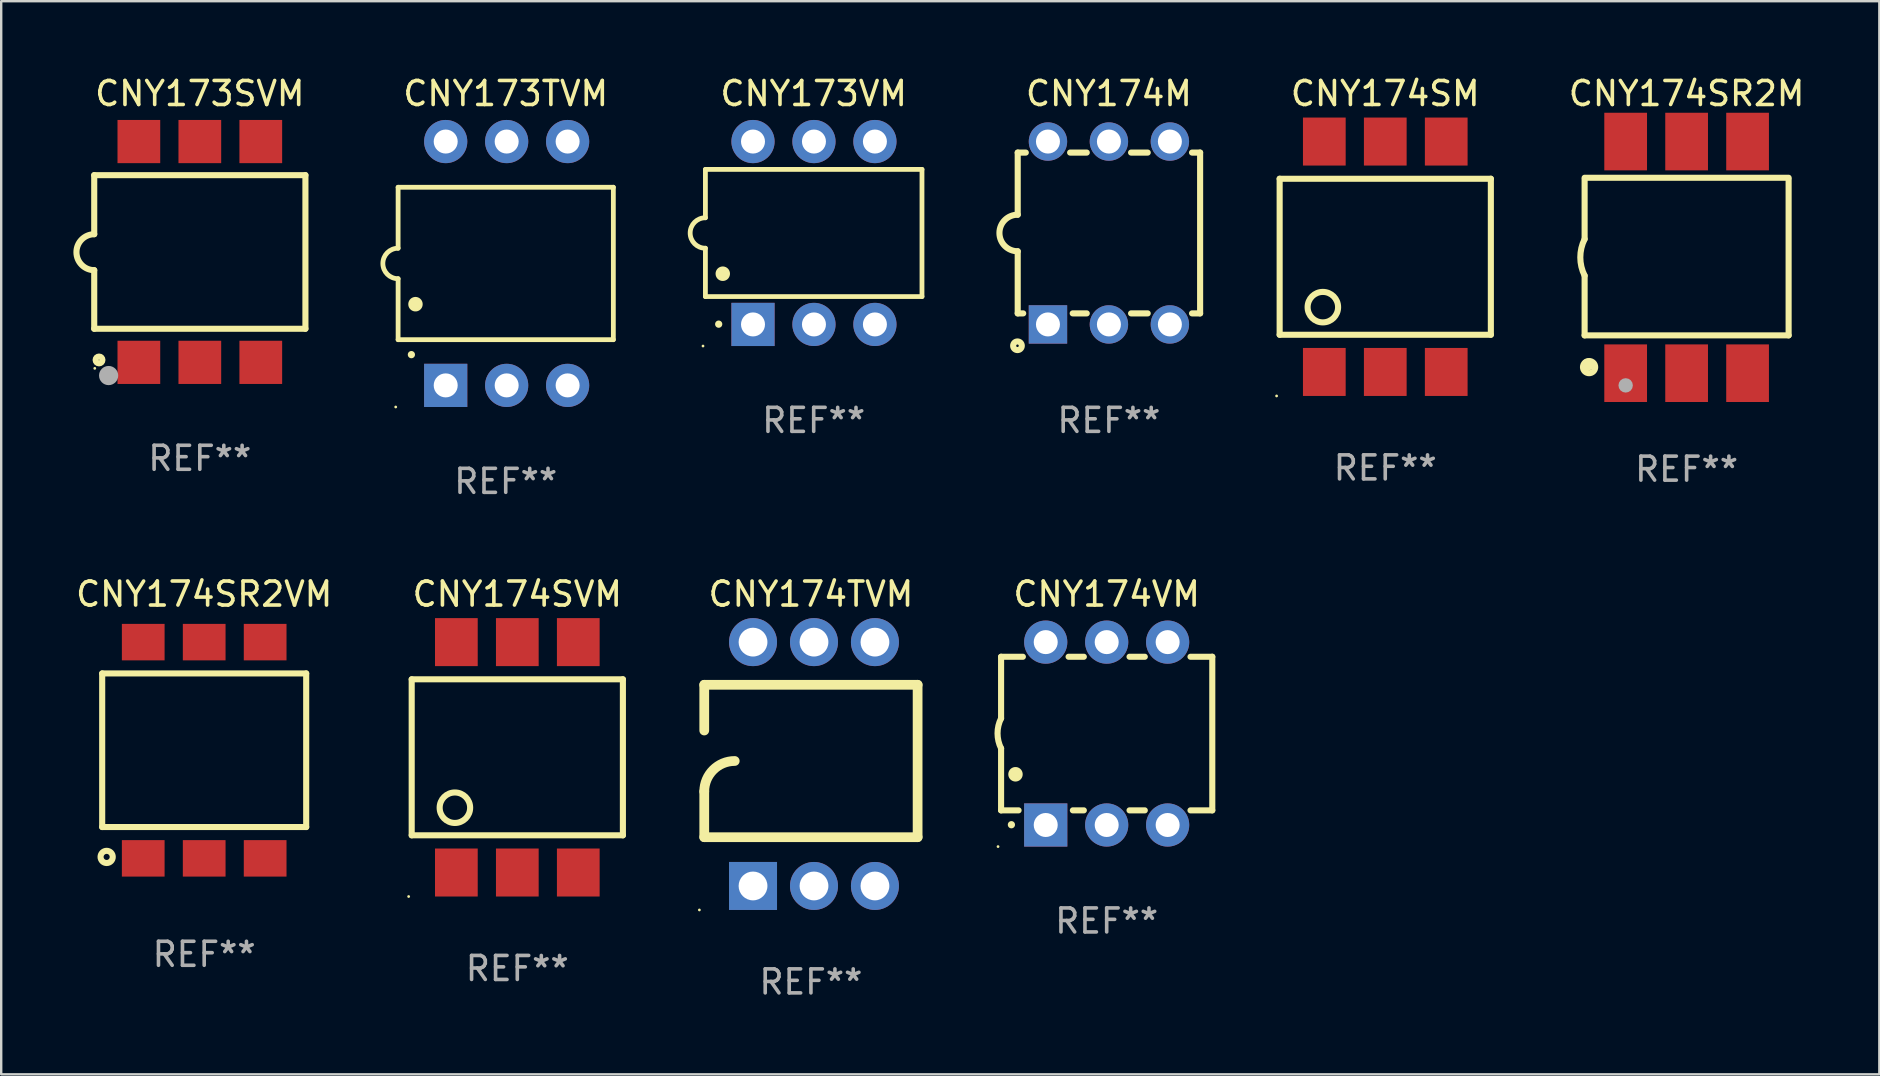
<source format=kicad_pcb>
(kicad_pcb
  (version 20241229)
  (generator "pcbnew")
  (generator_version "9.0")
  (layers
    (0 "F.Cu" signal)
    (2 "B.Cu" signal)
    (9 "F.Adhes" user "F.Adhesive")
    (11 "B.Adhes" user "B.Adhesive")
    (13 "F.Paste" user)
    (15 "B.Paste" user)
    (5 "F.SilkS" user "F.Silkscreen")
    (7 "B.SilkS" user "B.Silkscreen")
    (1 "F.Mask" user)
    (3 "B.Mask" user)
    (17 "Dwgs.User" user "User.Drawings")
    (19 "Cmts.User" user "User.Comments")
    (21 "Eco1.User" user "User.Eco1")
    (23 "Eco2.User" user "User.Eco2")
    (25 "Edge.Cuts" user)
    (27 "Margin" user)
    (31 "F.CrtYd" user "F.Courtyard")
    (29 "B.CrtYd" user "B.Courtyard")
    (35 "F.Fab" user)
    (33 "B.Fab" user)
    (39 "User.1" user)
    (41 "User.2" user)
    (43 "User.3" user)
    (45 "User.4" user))
  (footprint "CNY174SM"
    (layer "F.Cu")
    (at 54.669 7.648)
    (property "Reference" "CNY174SM" (at 0 -6.8 0) (layer "F.SilkS") (effects (font (size 1 1) (thickness 0.15))))
    (attr through_hole)
    (fp_line (start -4.4 -3.25) (end -4.4 3.25) (stroke (width 0.254) (type solid)) (layer "F.SilkS"))
    (fp_line (start -4.4 -3.25) (end 4.4 -3.25) (stroke (width 0.254) (type solid)) (layer "F.SilkS"))
    (fp_line (start 4.4 3.25) (end -4.4 3.25) (stroke (width 0.254) (type solid)) (layer "F.SilkS"))
    (fp_line (start 4.4 3.25) (end 4.4 -3.25) (stroke (width 0.254) (type solid)) (layer "F.SilkS"))
    (fp_circle (center -4.527 5.8) (end -4.497 5.8) (stroke (width 0.06) (type solid)) (fill no) (layer "F.SilkS"))
    (fp_circle (center -2.6 2.1) (end -1.965 2.1) (stroke (width 0.254) (type solid)) (fill no) (layer "F.SilkS"))
    (fp_text user "REF**" (at 0 8.8 0) (layer "F.Fab") (effects (font (size 1 1) (thickness 0.15))))
    (pad "1" smd rect (at -2.539 4.8) (size 1.78 2) (layers "F.Cu" "F.Mask" "F.Paste"))
    (pad "2" smd rect (at 0.001 4.8) (size 1.78 2) (layers "F.Cu" "F.Mask" "F.Paste"))
    (pad "3" smd rect (at 2.541 4.8) (size 1.78 2) (layers "F.Cu" "F.Mask" "F.Paste"))
    (pad "4" smd rect (at 2.541 -4.8) (size 1.78 2) (layers "F.Cu" "F.Mask" "F.Paste"))
    (pad "5" smd rect (at 0.001 -4.8) (size 1.78 2) (layers "F.Cu" "F.Mask" "F.Paste"))
    (pad "6" smd rect (at -2.539 -4.8) (size 1.78 2) (layers "F.Cu" "F.Mask" "F.Paste")))
  (footprint "CNY173SVM"
    (layer "F.Cu")
    (at 5.276 7.448)
    (property "Reference" "CNY173SVM" (at 0 -6.6 0) (layer "F.SilkS") (effects (font (size 1 1) (thickness 0.15))))
    (attr through_hole)
    (fp_line (start -4.4 -3.2) (end 4.4 -3.2) (stroke (width 0.254) (type solid)) (layer "F.SilkS"))
    (fp_line (start -4.4 -0.74) (end -4.4 -3.2) (stroke (width 0.254) (type solid)) (layer "F.SilkS"))
    (fp_line (start -4.4 3.2) (end -4.4 0.76) (stroke (width 0.254) (type solid)) (layer "F.SilkS"))
    (fp_line (start 4.4 -3.2) (end 4.4 3.2) (stroke (width 0.254) (type solid)) (layer "F.SilkS"))
    (fp_line (start 4.4 3.2) (end -4.4 3.2) (stroke (width 0.254) (type solid)) (layer "F.SilkS"))
    (fp_arc (start -4.4 0.76002) (mid -5.148869 0.010084) (end -4.399289 -0.73914) (stroke (width 0.254001) (type solid)) (layer "F.SilkS"))
    (fp_circle (center -4.377 4.85) (end -4.347 4.85) (stroke (width 0.06) (type solid)) (fill no) (layer "F.SilkS"))
    (fp_circle (center -4.2 4.5) (end -4.058 4.5) (stroke (width 0.254) (type solid)) (fill no) (layer "F.SilkS"))
    (fp_circle (center -3.8 5.15) (end -3.6 5.15) (stroke (width 0.4) (type solid)) (fill no) (layer "F.Fab"))
    (fp_text user "REF**" (at 0 8.6 0) (layer "F.Fab") (effects (font (size 1 1) (thickness 0.15))))
    (pad "1" smd rect (at -2.54 4.6) (size 1.78 1.8) (layers "F.Cu" "F.Mask" "F.Paste"))
    (pad "2" smd rect (at 0 4.6) (size 1.78 1.8) (layers "F.Cu" "F.Mask" "F.Paste"))
    (pad "3" smd rect (at 2.54 4.6) (size 1.78 1.8) (layers "F.Cu" "F.Mask" "F.Paste"))
    (pad "4" smd rect (at 2.54 -4.6) (size 1.78 1.8) (layers "F.Cu" "F.Mask" "F.Paste"))
    (pad "5" smd rect (at 0 -4.6) (size 1.78 1.8) (layers "F.Cu" "F.Mask" "F.Paste"))
    (pad "6" smd rect (at -2.54 -4.6) (size 1.78 1.8) (layers "F.Cu" "F.Mask" "F.Paste")))
  (footprint "CNY174M"
    (layer "F.Cu")
    (at 43.155 6.658)
    (property "Reference" "CNY174M" (at 0 -5.81 0) (layer "F.SilkS") (effects (font (size 1 1) (thickness 0.15))))
    (attr through_hole)
    (fp_line (start -3.8 3.35) (end -3.8 0.762) (stroke (width 0.254) (type solid)) (layer "F.SilkS"))
    (fp_line (start -3.8 3.35) (end -3.571 3.35) (stroke (width 0.254) (type solid)) (layer "F.SilkS"))
    (fp_line (start -3.8 -3.35) (end -3.8 -0.762) (stroke (width 0.254) (type solid)) (layer "F.SilkS"))
    (fp_line (start -3.8 -3.35) (end -3.463 -3.35) (stroke (width 0.254) (type solid)) (layer "F.SilkS"))
    (fp_line (start -1.617 -3.35) (end -0.923 -3.35) (stroke (width 0.254) (type solid)) (layer "F.SilkS"))
    (fp_line (start -1.509 3.35) (end -0.923 3.35) (stroke (width 0.254) (type solid)) (layer "F.SilkS"))
    (fp_line (start 0.923 -3.35) (end 1.617 -3.35) (stroke (width 0.254) (type solid)) (layer "F.SilkS"))
    (fp_line (start 0.923 3.35) (end 1.617 3.35) (stroke (width 0.254) (type solid)) (layer "F.SilkS"))
    (fp_line (start 3.463 -3.35) (end 3.8 -3.35) (stroke (width 0.254) (type solid)) (layer "F.SilkS"))
    (fp_line (start 3.463 3.35) (end 3.8 3.35) (stroke (width 0.254) (type solid)) (layer "F.SilkS"))
    (fp_line (start 3.8 -3.35) (end 3.8 3.35) (stroke (width 0.254) (type solid)) (layer "F.SilkS"))
    (fp_arc (start -3.800013 0.762002) (mid -4.561837 -0.000089) (end -3.799835 -0.762002) (stroke (width 0.254001) (type solid)) (layer "F.SilkS"))
    (fp_circle (center -3.81 4.699) (end -3.63 4.699) (stroke (width 0.254) (type solid)) (fill no) (layer "F.SilkS"))
    (fp_text user "REF**" (at 0 7.81 0) (layer "F.Fab") (effects (font (size 1 1) (thickness 0.15))))
    (pad "1" thru_hole rect (at -2.54 3.81) (size 1.6 1.6) (drill 1) (layers "*.Cu" "*.Mask"))
    (pad "2" thru_hole circle (at 0.000013 3.81) (size 1.6 1.6) (drill 1) (layers "*.Cu" "*.Mask"))
    (pad "3" thru_hole circle (at 2.54 3.81) (size 1.6 1.6) (drill 1) (layers "*.Cu" "*.Mask"))
    (pad "4" thru_hole circle (at 2.54 -3.81) (size 1.6 1.6) (drill 1) (layers "*.Cu" "*.Mask"))
    (pad "5" thru_hole circle (at 0.000013 -3.81) (size 1.6 1.6) (drill 1) (layers "*.Cu" "*.Mask"))
    (pad "6" thru_hole circle (at -2.54 -3.81) (size 1.6 1.6) (drill 1) (layers "*.Cu" "*.Mask")))
  (footprint "CNY174VM"
    (layer "F.Cu")
    (at 43.062 27.515)
    (property "Reference" "CNY174VM" (at 0 -5.81 0) (layer "F.SilkS") (effects (font (size 1 1) (thickness 0.15))))
    (attr through_hole)
    (fp_line (start -4.4 -3.2) (end -4.4 -0.635) (stroke (width 0.254) (type solid)) (layer "F.SilkS"))
    (fp_line (start -4.4 -3.2) (end -3.492 -3.2) (stroke (width 0.254) (type solid)) (layer "F.SilkS"))
    (fp_line (start -4.4 3.2) (end -4.4 0.619) (stroke (width 0.254) (type solid)) (layer "F.SilkS"))
    (fp_line (start -3.671 3.2) (end -4.4 3.2) (stroke (width 0.254) (type solid)) (layer "F.SilkS"))
    (fp_line (start -1.588 -3.2) (end -0.952 -3.2) (stroke (width 0.254) (type solid)) (layer "F.SilkS"))
    (fp_line (start -0.952 3.2) (end -1.409 3.2) (stroke (width 0.254) (type solid)) (layer "F.SilkS"))
    (fp_line (start 0.952 -3.2) (end 1.588 -3.2) (stroke (width 0.254) (type solid)) (layer "F.SilkS"))
    (fp_line (start 1.588 3.2) (end 0.952 3.2) (stroke (width 0.254) (type solid)) (layer "F.SilkS"))
    (fp_line (start 3.492 -3.2) (end 4.4 -3.2) (stroke (width 0.254) (type solid)) (layer "F.SilkS"))
    (fp_line (start 4.4 -3.2) (end 4.4 3.2) (stroke (width 0.254) (type solid)) (layer "F.SilkS"))
    (fp_line (start 4.4 3.2) (end 3.492 3.2) (stroke (width 0.254) (type solid)) (layer "F.SilkS"))
    (fp_arc (start -4.399288 0.619762) (mid -4.547636 -0.007536) (end -4.4 -0.635001) (stroke (width 0.254001) (type solid)) (layer "F.SilkS"))
    (fp_arc (start -3.970028 3.799848) (mid -3.970033 3.798578) (end -3.970028 3.797308) (stroke (width 0.3) (type solid)) (layer "F.SilkS"))
    (fp_arc (start -3.799848 1.699263) (mid -3.799859 1.696723) (end -3.799848 1.694183) (stroke (width 0.6) (type solid)) (layer "F.SilkS"))
    (fp_circle (center -4.527 4.71) (end -4.497 4.71) (stroke (width 0.06) (type solid)) (fill no) (layer "F.SilkS"))
    (fp_text user "REF**" (at 0 7.81 0) (layer "F.Fab") (effects (font (size 1 1) (thickness 0.15))))
    (pad "1" thru_hole rect (at -2.54 3.81 180) (size 1.8 1.8) (drill 1) (layers "*.Cu" "*.Mask"))
    (pad "2" thru_hole circle (at 0 3.81) (size 1.8 1.8) (drill 1) (layers "*.Cu" "*.Mask"))
    (pad "3" thru_hole circle (at 2.54 3.81) (size 1.8 1.8) (drill 1) (layers "*.Cu" "*.Mask"))
    (pad "4" thru_hole circle (at 2.54 -3.81) (size 1.8 1.8) (drill 1) (layers "*.Cu" "*.Mask"))
    (pad "5" thru_hole circle (at 0 -3.81) (size 1.8 1.8) (drill 1) (layers "*.Cu" "*.Mask"))
    (pad "6" thru_hole circle (at -2.54 -3.81) (size 1.8 1.8) (drill 1) (layers "*.Cu" "*.Mask")))
  (footprint "CNY174SR2VM"
    (layer "F.Cu")
    (at 5.458 28.21)
    (property "Reference" "CNY174SR2VM" (at 0 -6.505 0) (layer "F.SilkS") (effects (font (size 1 1) (thickness 0.15))))
    (attr through_hole)
    (fp_line (start -4.25 3.2) (end -4.25 -3.2) (stroke (width 0.254) (type solid)) (layer "F.SilkS"))
    (fp_line (start -4.25 -3.2) (end 4.25 -3.2) (stroke (width 0.254) (type solid)) (layer "F.SilkS"))
    (fp_line (start 4.25 3.2) (end -4.25 3.2) (stroke (width 0.254) (type solid)) (layer "F.SilkS"))
    (fp_line (start 4.25 3.2) (end 4.25 -3.2) (stroke (width 0.254) (type solid)) (layer "F.SilkS"))
    (fp_circle (center -4.064 4.445) (end -3.81 4.445) (stroke (width 0.254) (type solid)) (fill no) (layer "F.SilkS"))
    (fp_text user "REF**" (at 0 8.505 0) (layer "F.Fab") (effects (font (size 1 1) (thickness 0.15))))
    (pad "1" smd rect (at -2.54 4.505) (size 1.78 1.52) (layers "F.Cu" "F.Mask" "F.Paste"))
    (pad "2" smd rect (at 0 4.505) (size 1.78 1.52) (layers "F.Cu" "F.Mask" "F.Paste"))
    (pad "3" smd rect (at 2.54 4.505) (size 1.78 1.52) (layers "F.Cu" "F.Mask" "F.Paste"))
    (pad "4" smd rect (at 2.54 -4.505) (size 1.78 1.52) (layers "F.Cu" "F.Mask" "F.Paste"))
    (pad "5" smd rect (at 0 -4.505) (size 1.78 1.52) (layers "F.Cu" "F.Mask" "F.Paste"))
    (pad "6" smd rect (at -2.54 -4.505) (size 1.78 1.52) (layers "F.Cu" "F.Mask" "F.Paste")))
  (footprint "CNY174SR2M"
    (layer "F.Cu")
    (at 67.226 7.674)
    (property "Reference" "CNY174SR2M" (at 0 -6.826 0) (layer "F.SilkS") (effects (font (size 1 1) (thickness 0.15))))
    (attr through_hole)
    (fp_line (start -4.25 -3.317) (end 4.25 -3.317) (stroke (width 0.254) (type solid)) (layer "F.SilkS"))
    (fp_line (start -4.25 -3.25) (end -4.25 -0.762) (stroke (width 0.254) (type solid)) (layer "F.SilkS"))
    (fp_line (start -4.25 3.25) (end -4.25 0.762) (stroke (width 0.254) (type solid)) (layer "F.SilkS"))
    (fp_line (start 4.25 -3.25) (end 4.25 3.25) (stroke (width 0.254) (type solid)) (layer "F.SilkS"))
    (fp_line (start 4.25 3.25) (end -4.25 3.25) (stroke (width 0.254) (type solid)) (layer "F.SilkS"))
    (fp_arc (start -4.249429 0.762001) (mid -4.429513 0.000068) (end -4.250013 -0.762002) (stroke (width 0.254001) (type solid)) (layer "F.SilkS"))
    (fp_circle (center -4.123 4.473) (end -3.996 4.473) (stroke (width 0.254) (type solid)) (fill no) (layer "F.SilkS"))
    (fp_circle (center -4.064 4.572) (end -3.81 4.572) (stroke (width 0.254) (type solid)) (fill no) (layer "F.SilkS"))
    (fp_circle (center -2.54 5.334) (end -2.39 5.334) (stroke (width 0.3) (type solid)) (fill no) (layer "F.Fab"))
    (fp_text user "REF**" (at 0 8.826 0) (layer "F.Fab") (effects (font (size 1 1) (thickness 0.15))))
    (pad "1" smd rect (at -2.54 4.826) (size 1.78 2.4) (layers "F.Cu" "F.Mask" "F.Paste"))
    (pad "2" smd rect (at 0 4.826) (size 1.78 2.4) (layers "F.Cu" "F.Mask" "F.Paste"))
    (pad "3" smd rect (at 2.54 4.826) (size 1.78 2.4) (layers "F.Cu" "F.Mask" "F.Paste"))
    (pad "4" smd rect (at 2.54 -4.826) (size 1.78 2.4) (layers "F.Cu" "F.Mask" "F.Paste"))
    (pad "5" smd rect (at 0 -4.826) (size 1.78 2.4) (layers "F.Cu" "F.Mask" "F.Paste"))
    (pad "6" smd rect (at -2.54 -4.826) (size 1.78 2.4) (layers "F.Cu" "F.Mask" "F.Paste")))
  (footprint "CNY173TVM"
    (layer "F.Cu")
    (at 18.022 7.928)
    (property "Reference" "CNY173TVM" (at 0 -7.08 0) (layer "F.SilkS") (effects (font (size 1 1) (thickness 0.15))))
    (attr through_hole)
    (fp_line (start -4.484 -3.175) (end 4.484 -3.175) (stroke (width 0.2) (type solid)) (layer "F.SilkS"))
    (fp_line (start -4.484 -0.635) (end -4.484 -3.175) (stroke (width 0.2) (type solid)) (layer "F.SilkS"))
    (fp_line (start -4.484 0.635) (end -4.484 3.175) (stroke (width 0.2) (type solid)) (layer "F.SilkS"))
    (fp_line (start -4.484 3.175) (end 4.484 3.175) (stroke (width 0.2) (type solid)) (layer "F.SilkS"))
    (fp_line (start 4.484 -3.175) (end 4.484 3.175) (stroke (width 0.2) (type solid)) (layer "F.SilkS"))
    (fp_arc (start -4.484379 0.635001) (mid -5.11938 0) (end -4.484379 -0.635001) (stroke (width 0.2) (type solid)) (layer "F.SilkS"))
    (fp_arc (start -3.930658 3.799848) (mid -3.930663 3.798578) (end -3.930658 3.797308) (stroke (width 0.3) (type solid)) (layer "F.SilkS"))
    (fp_arc (start -3.760478 1.699263) (mid -3.760489 1.696723) (end -3.760478 1.694183) (stroke (width 0.6) (type solid)) (layer "F.SilkS"))
    (fp_circle (center -4.584 5.98) (end -4.554 5.98) (stroke (width 0.06) (type solid)) (fill no) (layer "F.SilkS"))
    (fp_text user "REF**" (at 0 9.08 0) (layer "F.Fab") (effects (font (size 1 1) (thickness 0.15))))
    (pad "1" thru_hole rect (at -2.501 5.08 90) (size 1.8 1.8) (drill 1) (layers "*.Cu" "*.Mask"))
    (pad "2" thru_hole circle (at 0.039 5.08) (size 1.8 1.8) (drill 1) (layers "*.Cu" "*.Mask"))
    (pad "3" thru_hole circle (at 2.579 5.08) (size 1.8 1.8) (drill 1) (layers "*.Cu" "*.Mask"))
    (pad "4" thru_hole circle (at 2.579 -5.08) (size 1.8 1.8) (drill 1) (layers "*.Cu" "*.Mask"))
    (pad "5" thru_hole circle (at 0.039 -5.08) (size 1.8 1.8) (drill 1) (layers "*.Cu" "*.Mask"))
    (pad "6" thru_hole circle (at -2.501 -5.08) (size 1.8 1.8) (drill 1) (layers "*.Cu" "*.Mask")))
  (footprint "CNY173VM"
    (layer "F.Cu")
    (at 30.854 6.658)
    (property "Reference" "CNY173VM" (at 0 -5.81 0) (layer "F.SilkS") (effects (font (size 1 1) (thickness 0.15))))
    (attr through_hole)
    (fp_line (start -4.512 -2.649) (end 4.512 -2.649) (stroke (width 0.2) (type solid)) (layer "F.SilkS"))
    (fp_line (start -4.512 -0.635) (end -4.512 -2.649) (stroke (width 0.2) (type solid)) (layer "F.SilkS"))
    (fp_line (start -4.512 2.649) (end -4.512 0.635) (stroke (width 0.2) (type solid)) (layer "F.SilkS"))
    (fp_line (start 4.512 -2.649) (end 4.512 2.649) (stroke (width 0.2) (type solid)) (layer "F.SilkS"))
    (fp_line (start 4.512 2.649) (end -4.512 2.649) (stroke (width 0.2) (type solid)) (layer "F.SilkS"))
    (fp_arc (start -4.512319 0.635001) (mid -5.14732 0) (end -4.512319 -0.635001) (stroke (width 0.2) (type solid)) (layer "F.SilkS"))
    (fp_arc (start -3.958598 3.799848) (mid -3.958603 3.798578) (end -3.958598 3.797308) (stroke (width 0.3) (type solid)) (layer "F.SilkS"))
    (fp_arc (start -3.788418 1.699263) (mid -3.788429 1.696723) (end -3.788418 1.694183) (stroke (width 0.6) (type solid)) (layer "F.SilkS"))
    (fp_circle (center -4.612 4.71) (end -4.582 4.71) (stroke (width 0.06) (type solid)) (fill no) (layer "F.SilkS"))
    (fp_text user "REF**" (at 0 7.81 0) (layer "F.Fab") (effects (font (size 1 1) (thickness 0.15))))
    (pad "1" thru_hole rect (at -2.529 3.81 90) (size 1.8 1.8) (drill 1) (layers "*.Cu" "*.Mask"))
    (pad "2" thru_hole circle (at 0.011 3.81) (size 1.8 1.8) (drill 1) (layers "*.Cu" "*.Mask"))
    (pad "3" thru_hole circle (at 2.551 3.81) (size 1.8 1.8) (drill 1) (layers "*.Cu" "*.Mask"))
    (pad "4" thru_hole circle (at 2.551 -3.81) (size 1.8 1.8) (drill 1) (layers "*.Cu" "*.Mask"))
    (pad "5" thru_hole circle (at 0.011 -3.81) (size 1.8 1.8) (drill 1) (layers "*.Cu" "*.Mask"))
    (pad "6" thru_hole circle (at -2.529 -3.81) (size 1.8 1.8) (drill 1) (layers "*.Cu" "*.Mask")))
  (footprint "CNY174SVM"
    (layer "F.Cu")
    (at 18.504 28.505)
    (property "Reference" "CNY174SVM" (at 0 -6.8 0) (layer "F.SilkS") (effects (font (size 1 1) (thickness 0.15))))
    (attr through_hole)
    (fp_line (start -4.4 -3.25) (end -4.4 3.25) (stroke (width 0.254) (type solid)) (layer "F.SilkS"))
    (fp_line (start -4.4 -3.25) (end 4.4 -3.25) (stroke (width 0.254) (type solid)) (layer "F.SilkS"))
    (fp_line (start 4.4 3.25) (end -4.4 3.25) (stroke (width 0.254) (type solid)) (layer "F.SilkS"))
    (fp_line (start 4.4 3.25) (end 4.4 -3.25) (stroke (width 0.254) (type solid)) (layer "F.SilkS"))
    (fp_circle (center -4.527 5.8) (end -4.497 5.8) (stroke (width 0.06) (type solid)) (fill no) (layer "F.SilkS"))
    (fp_circle (center -2.6 2.1) (end -1.965 2.1) (stroke (width 0.254) (type solid)) (fill no) (layer "F.SilkS"))
    (fp_text user "REF**" (at 0 8.8 0) (layer "F.Fab") (effects (font (size 1 1) (thickness 0.15))))
    (pad "1" smd rect (at -2.539 4.8) (size 1.78 2) (layers "F.Cu" "F.Mask" "F.Paste"))
    (pad "2" smd rect (at 0.001 4.8) (size 1.78 2) (layers "F.Cu" "F.Mask" "F.Paste"))
    (pad "3" smd rect (at 2.541 4.8) (size 1.78 2) (layers "F.Cu" "F.Mask" "F.Paste"))
    (pad "4" smd rect (at 2.541 -4.8) (size 1.78 2) (layers "F.Cu" "F.Mask" "F.Paste"))
    (pad "5" smd rect (at 0.001 -4.8) (size 1.78 2) (layers "F.Cu" "F.Mask" "F.Paste"))
    (pad "6" smd rect (at -2.539 -4.8) (size 1.78 2) (layers "F.Cu" "F.Mask" "F.Paste")))
  (footprint "CNY174TVM"
    (layer "F.Cu")
    (at 30.739 28.785)
    (property "Reference" "CNY174TVM" (at 0 -7.08 0) (layer "F.SilkS") (effects (font (size 1 1) (thickness 0.15))))
    (attr through_hole)
    (fp_line (start -4.445 -3.302) (end 4.445 -3.302) (stroke (width 0.406) (type solid)) (layer "F.SilkS"))
    (fp_line (start -4.445 -1.397) (end -4.445 -3.302) (stroke (width 0.406) (type solid)) (layer "F.SilkS"))
    (fp_line (start -4.445 3.048) (end -4.445 1.143) (stroke (width 0.406) (type solid)) (layer "F.SilkS"))
    (fp_line (start -4.445 3.048) (end 4.445 3.048) (stroke (width 0.406) (type solid)) (layer "F.SilkS"))
    (fp_line (start 4.445 -3.302) (end 4.445 3.048) (stroke (width 0.406) (type solid)) (layer "F.SilkS"))
    (fp_arc (start -4.444983 1.143002) (mid -4.073008 0.244974) (end -3.17498 -0.127) (stroke (width 0.4064) (type solid)) (layer "F.SilkS"))
    (fp_circle (center -4.648 6.08) (end -4.618 6.08) (stroke (width 0.06) (type solid)) (fill no) (layer "F.SilkS"))
    (fp_text user "REF**" (at 0 9.08 0) (layer "F.Fab") (effects (font (size 1 1) (thickness 0.15))))
    (pad "1" thru_hole rect (at -2.413 5.08 90) (size 2 2) (drill 1.2) (layers "*.Cu" "*.Mask"))
    (pad "2" thru_hole circle (at 0.127 5.08) (size 2 2) (drill 1.2) (layers "*.Cu" "*.Mask"))
    (pad "3" thru_hole circle (at 2.667 5.08) (size 2 2) (drill 1.2) (layers "*.Cu" "*.Mask"))
    (pad "4" thru_hole circle (at 2.667 -5.08) (size 2 2) (drill 1.2) (layers "*.Cu" "*.Mask"))
    (pad "5" thru_hole circle (at 0.127 -5.08) (size 2 2) (drill 1.2) (layers "*.Cu" "*.Mask"))
    (pad "6" thru_hole circle (at -2.413 -5.08) (size 2 2) (drill 1.2) (layers "*.Cu" "*.Mask")))
  (gr_rect
    (start -3 -3)
    (end 75.256 41.713)
    (stroke (width 0.1) (type default))
    (fill no)
    (layer "Edge.Cuts")))
</source>
